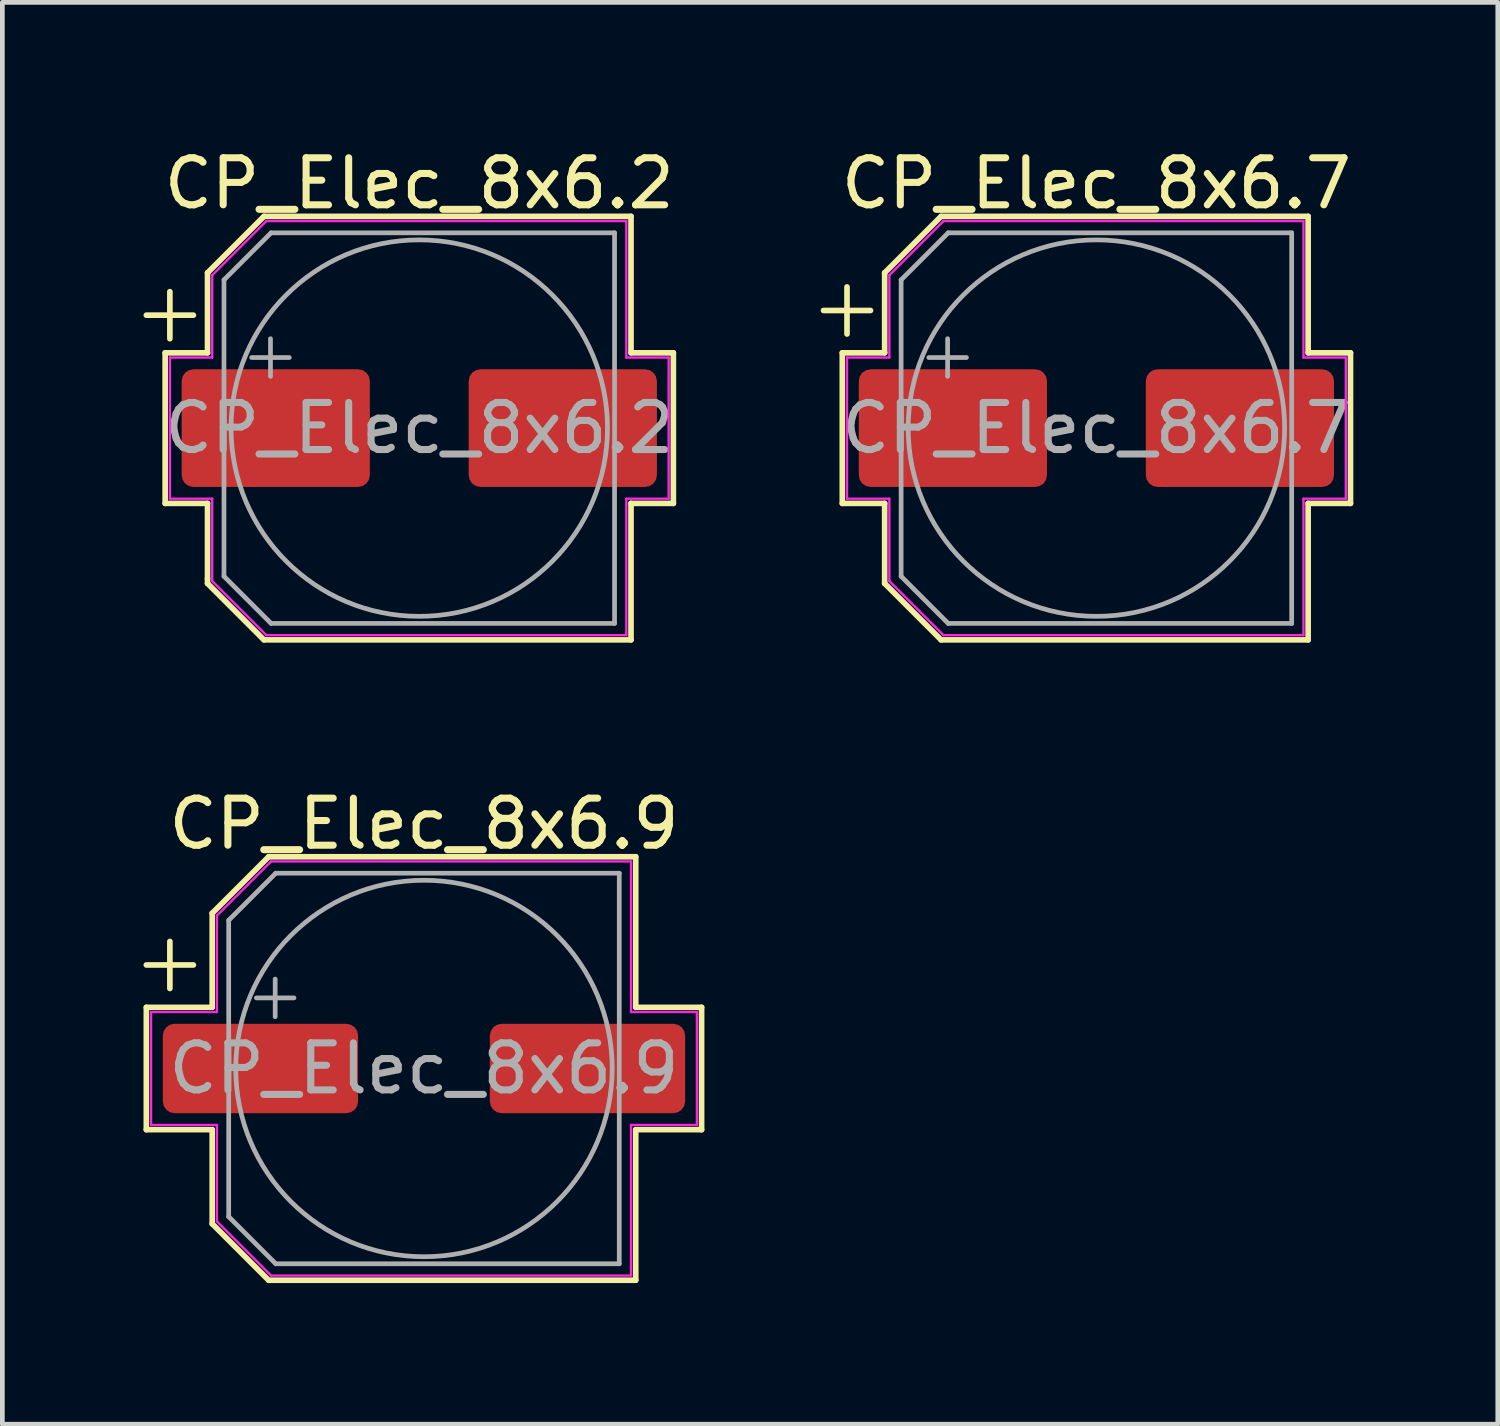
<source format=kicad_pcb>
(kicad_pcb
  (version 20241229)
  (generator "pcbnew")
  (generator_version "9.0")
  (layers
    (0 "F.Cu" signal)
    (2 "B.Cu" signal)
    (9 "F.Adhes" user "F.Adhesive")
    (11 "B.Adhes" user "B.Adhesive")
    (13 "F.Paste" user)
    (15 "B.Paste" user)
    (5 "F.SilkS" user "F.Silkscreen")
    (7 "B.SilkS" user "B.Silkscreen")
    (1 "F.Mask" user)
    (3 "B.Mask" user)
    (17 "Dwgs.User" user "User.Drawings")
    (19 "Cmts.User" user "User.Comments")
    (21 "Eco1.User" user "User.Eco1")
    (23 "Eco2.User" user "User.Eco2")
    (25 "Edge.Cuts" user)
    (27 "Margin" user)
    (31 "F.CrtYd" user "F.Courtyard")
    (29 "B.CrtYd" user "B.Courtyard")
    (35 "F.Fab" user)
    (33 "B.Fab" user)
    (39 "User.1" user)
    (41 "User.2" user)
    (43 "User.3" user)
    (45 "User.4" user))
  (footprint "CP_Elec_8x6.7"
    (layer "F.Cu")
    (at 20.25 6.048)
    (property "Reference" "CP_Elec_8x6.7" (at 0 -5.2 0) (layer "F.SilkS") (effects (font (size 1 1) (thickness 0.15))))
    (attr smd)
    (fp_line (start -5.8 -2.5) (end -4.8 -2.5) (stroke (width 0.12) (type solid)) (layer "F.SilkS"))
    (fp_line (start -5.4 -1.6) (end -5.4 1.6) (stroke (width 0.12) (type solid)) (layer "F.SilkS"))
    (fp_line (start -5.4 1.6) (end -4.5 1.6) (stroke (width 0.12) (type solid)) (layer "F.SilkS"))
    (fp_line (start -5.3 -3) (end -5.3 -2) (stroke (width 0.12) (type solid)) (layer "F.SilkS"))
    (fp_line (start -4.5 -3.3) (end -4.5 -1.6) (stroke (width 0.12) (type solid)) (layer "F.SilkS"))
    (fp_line (start -4.5 -1.6) (end -5.4 -1.6) (stroke (width 0.12) (type solid)) (layer "F.SilkS"))
    (fp_line (start -4.5 1.6) (end -4.5 3.3) (stroke (width 0.12) (type solid)) (layer "F.SilkS"))
    (fp_line (start -4.5 3.3) (end -3.3 4.5) (stroke (width 0.12) (type solid)) (layer "F.SilkS"))
    (fp_line (start -3.3 -4.5) (end -4.5 -3.3) (stroke (width 0.12) (type solid)) (layer "F.SilkS"))
    (fp_line (start -3.3 4.5) (end 4.5 4.5) (stroke (width 0.12) (type solid)) (layer "F.SilkS"))
    (fp_line (start 4.5 -4.5) (end -3.3 -4.5) (stroke (width 0.12) (type solid)) (layer "F.SilkS"))
    (fp_line (start 4.5 -1.6) (end 4.5 -4.5) (stroke (width 0.12) (type solid)) (layer "F.SilkS"))
    (fp_line (start 4.5 1.6) (end 5.4 1.6) (stroke (width 0.12) (type solid)) (layer "F.SilkS"))
    (fp_line (start 4.5 4.5) (end 4.5 1.6) (stroke (width 0.12) (type solid)) (layer "F.SilkS"))
    (fp_line (start 5.4 -1.6) (end 4.5 -1.6) (stroke (width 0.12) (type solid)) (layer "F.SilkS"))
    (fp_line (start 5.4 1.6) (end 5.4 -1.6) (stroke (width 0.12) (type solid)) (layer "F.SilkS"))
    (fp_line (start -5.3 -1.5) (end -5.3 1.5) (stroke (width 0.05) (type solid)) (layer "F.CrtYd"))
    (fp_line (start -5.3 1.5) (end -4.4 1.5) (stroke (width 0.05) (type solid)) (layer "F.CrtYd"))
    (fp_line (start -4.4 -3.25) (end -4.4 -1.5) (stroke (width 0.05) (type solid)) (layer "F.CrtYd"))
    (fp_line (start -4.4 -3.25) (end -3.25 -4.4) (stroke (width 0.05) (type solid)) (layer "F.CrtYd"))
    (fp_line (start -4.4 -1.5) (end -5.3 -1.5) (stroke (width 0.05) (type solid)) (layer "F.CrtYd"))
    (fp_line (start -4.4 1.5) (end -4.4 3.25) (stroke (width 0.05) (type solid)) (layer "F.CrtYd"))
    (fp_line (start -4.4 3.25) (end -3.25 4.4) (stroke (width 0.05) (type solid)) (layer "F.CrtYd"))
    (fp_line (start -3.25 -4.4) (end 4.4 -4.4) (stroke (width 0.05) (type solid)) (layer "F.CrtYd"))
    (fp_line (start -3.25 4.4) (end 4.4 4.4) (stroke (width 0.05) (type solid)) (layer "F.CrtYd"))
    (fp_line (start 4.4 -4.4) (end 4.4 -1.5) (stroke (width 0.05) (type solid)) (layer "F.CrtYd"))
    (fp_line (start 4.4 -1.5) (end 5.3 -1.5) (stroke (width 0.05) (type solid)) (layer "F.CrtYd"))
    (fp_line (start 4.4 1.5) (end 4.4 4.4) (stroke (width 0.05) (type solid)) (layer "F.CrtYd"))
    (fp_line (start 5.3 -1.5) (end 5.3 1.5) (stroke (width 0.05) (type solid)) (layer "F.CrtYd"))
    (fp_line (start 5.3 1.5) (end 4.4 1.5) (stroke (width 0.05) (type solid)) (layer "F.CrtYd"))
    (fp_line (start -4.15 -3.15) (end -4.15 3.15) (stroke (width 0.1) (type solid)) (layer "F.Fab"))
    (fp_line (start -4.15 -3.15) (end -3.15 -4.15) (stroke (width 0.1) (type solid)) (layer "F.Fab"))
    (fp_line (start -4.15 3.15) (end -3.15 4.15) (stroke (width 0.1) (type solid)) (layer "F.Fab"))
    (fp_line (start -3.562 -1.5) (end -2.762 -1.5) (stroke (width 0.1) (type solid)) (layer "F.Fab"))
    (fp_line (start -3.162 -1.9) (end -3.162 -1.1) (stroke (width 0.1) (type solid)) (layer "F.Fab"))
    (fp_line (start -3.15 -4.15) (end 4.15 -4.15) (stroke (width 0.1) (type solid)) (layer "F.Fab"))
    (fp_line (start -3.15 4.15) (end 4.15 4.15) (stroke (width 0.1) (type solid)) (layer "F.Fab"))
    (fp_line (start 4.15 -4.15) (end 4.15 4.15) (stroke (width 0.1) (type solid)) (layer "F.Fab"))
    (fp_circle (center 0 0) (end 4 0) (stroke (width 0.1) (type solid)) (fill no) (layer "F.Fab"))
    (fp_text user "${REFERENCE}" (at 0 0 0) (layer "F.Fab") (effects (font (size 1 1) (thickness 0.15))))
    (pad "1" smd roundrect (at -3.05 0) (size 4 2.5) (layers "F.Cu" "F.Mask" "F.Paste") (roundrect_rratio 0.1))
    (pad "2" smd roundrect (at 3.05 0) (size 4 2.5) (layers "F.Cu" "F.Mask" "F.Paste") (roundrect_rratio 0.1)))
  (footprint "CP_Elec_8x6.9"
    (layer "F.Cu")
    (at 5.96 19.657)
    (property "Reference" "CP_Elec_8x6.9" (at 0 -5.2 0) (layer "F.SilkS") (effects (font (size 1 1) (thickness 0.15))))
    (attr smd)
    (fp_line (start -5.9 -2.2) (end -4.9 -2.2) (stroke (width 0.12) (type solid)) (layer "F.SilkS"))
    (fp_line (start -5.9 -1.3) (end -5.9 1.3) (stroke (width 0.12) (type solid)) (layer "F.SilkS"))
    (fp_line (start -5.9 1.3) (end -4.5 1.3) (stroke (width 0.12) (type solid)) (layer "F.SilkS"))
    (fp_line (start -5.4 -2.7) (end -5.4 -1.7) (stroke (width 0.12) (type solid)) (layer "F.SilkS"))
    (fp_line (start -4.5 -3.3) (end -4.5 -1.3) (stroke (width 0.12) (type solid)) (layer "F.SilkS"))
    (fp_line (start -4.5 -1.3) (end -5.9 -1.3) (stroke (width 0.12) (type solid)) (layer "F.SilkS"))
    (fp_line (start -4.5 1.3) (end -4.5 3.3) (stroke (width 0.12) (type solid)) (layer "F.SilkS"))
    (fp_line (start -4.5 3.3) (end -3.3 4.5) (stroke (width 0.12) (type solid)) (layer "F.SilkS"))
    (fp_line (start -3.3 -4.5) (end -4.5 -3.3) (stroke (width 0.12) (type solid)) (layer "F.SilkS"))
    (fp_line (start -3.3 4.5) (end 4.5 4.5) (stroke (width 0.12) (type solid)) (layer "F.SilkS"))
    (fp_line (start 4.5 -4.5) (end -3.3 -4.5) (stroke (width 0.12) (type solid)) (layer "F.SilkS"))
    (fp_line (start 4.5 -1.3) (end 4.5 -4.5) (stroke (width 0.12) (type solid)) (layer "F.SilkS"))
    (fp_line (start 4.5 1.3) (end 5.9 1.3) (stroke (width 0.12) (type solid)) (layer "F.SilkS"))
    (fp_line (start 4.5 4.5) (end 4.5 1.3) (stroke (width 0.12) (type solid)) (layer "F.SilkS"))
    (fp_line (start 5.9 -1.3) (end 4.5 -1.3) (stroke (width 0.12) (type solid)) (layer "F.SilkS"))
    (fp_line (start 5.9 1.3) (end 5.9 -1.3) (stroke (width 0.12) (type solid)) (layer "F.SilkS"))
    (fp_line (start -5.8 -1.2) (end -5.8 1.2) (stroke (width 0.05) (type solid)) (layer "F.CrtYd"))
    (fp_line (start -5.8 1.2) (end -4.4 1.2) (stroke (width 0.05) (type solid)) (layer "F.CrtYd"))
    (fp_line (start -4.4 -3.25) (end -4.4 -1.2) (stroke (width 0.05) (type solid)) (layer "F.CrtYd"))
    (fp_line (start -4.4 -3.25) (end -3.25 -4.4) (stroke (width 0.05) (type solid)) (layer "F.CrtYd"))
    (fp_line (start -4.4 -1.2) (end -5.8 -1.2) (stroke (width 0.05) (type solid)) (layer "F.CrtYd"))
    (fp_line (start -4.4 1.2) (end -4.4 3.25) (stroke (width 0.05) (type solid)) (layer "F.CrtYd"))
    (fp_line (start -4.4 3.25) (end -3.25 4.4) (stroke (width 0.05) (type solid)) (layer "F.CrtYd"))
    (fp_line (start -3.25 -4.4) (end 4.4 -4.4) (stroke (width 0.05) (type solid)) (layer "F.CrtYd"))
    (fp_line (start -3.25 4.4) (end 4.4 4.4) (stroke (width 0.05) (type solid)) (layer "F.CrtYd"))
    (fp_line (start 4.4 -4.4) (end 4.4 -1.2) (stroke (width 0.05) (type solid)) (layer "F.CrtYd"))
    (fp_line (start 4.4 -1.2) (end 5.8 -1.2) (stroke (width 0.05) (type solid)) (layer "F.CrtYd"))
    (fp_line (start 4.4 1.2) (end 4.4 4.4) (stroke (width 0.05) (type solid)) (layer "F.CrtYd"))
    (fp_line (start 5.8 -1.2) (end 5.8 1.2) (stroke (width 0.05) (type solid)) (layer "F.CrtYd"))
    (fp_line (start 5.8 1.2) (end 4.4 1.2) (stroke (width 0.05) (type solid)) (layer "F.CrtYd"))
    (fp_line (start -4.15 -3.15) (end -4.15 3.15) (stroke (width 0.1) (type solid)) (layer "F.Fab"))
    (fp_line (start -4.15 -3.15) (end -3.15 -4.15) (stroke (width 0.1) (type solid)) (layer "F.Fab"))
    (fp_line (start -4.15 3.15) (end -3.15 4.15) (stroke (width 0.1) (type solid)) (layer "F.Fab"))
    (fp_line (start -3.562 -1.5) (end -2.762 -1.5) (stroke (width 0.1) (type solid)) (layer "F.Fab"))
    (fp_line (start -3.162 -1.9) (end -3.162 -1.1) (stroke (width 0.1) (type solid)) (layer "F.Fab"))
    (fp_line (start -3.15 -4.15) (end 4.15 -4.15) (stroke (width 0.1) (type solid)) (layer "F.Fab"))
    (fp_line (start -3.15 4.15) (end 4.15 4.15) (stroke (width 0.1) (type solid)) (layer "F.Fab"))
    (fp_line (start 4.15 -4.15) (end 4.15 4.15) (stroke (width 0.1) (type solid)) (layer "F.Fab"))
    (fp_circle (center 0 0) (end 4 0) (stroke (width 0.1) (type solid)) (fill no) (layer "F.Fab"))
    (fp_text user "${REFERENCE}" (at 0 0 0) (layer "F.Fab") (effects (font (size 1 1) (thickness 0.15))))
    (pad "1" smd roundrect (at -3.475 0) (size 4.15 1.9) (layers "F.Cu" "F.Mask" "F.Paste") (roundrect_rratio 0.132))
    (pad "2" smd roundrect (at 3.475 0) (size 4.15 1.9) (layers "F.Cu" "F.Mask" "F.Paste") (roundrect_rratio 0.132)))
  (footprint "CP_Elec_8x6.2"
    (layer "F.Cu")
    (at 5.86 6.048)
    (property "Reference" "CP_Elec_8x6.2" (at 0 -5.2 0) (layer "F.SilkS") (effects (font (size 1 1) (thickness 0.15))))
    (attr smd)
    (fp_line (start -5.8 -2.4) (end -4.8 -2.4) (stroke (width 0.12) (type solid)) (layer "F.SilkS"))
    (fp_line (start -5.4 -1.6) (end -5.4 1.6) (stroke (width 0.12) (type solid)) (layer "F.SilkS"))
    (fp_line (start -5.4 1.6) (end -4.5 1.6) (stroke (width 0.12) (type solid)) (layer "F.SilkS"))
    (fp_line (start -5.3 -2.9) (end -5.3 -1.9) (stroke (width 0.12) (type solid)) (layer "F.SilkS"))
    (fp_line (start -4.5 -3.3) (end -4.5 -1.6) (stroke (width 0.12) (type solid)) (layer "F.SilkS"))
    (fp_line (start -4.5 -1.6) (end -5.4 -1.6) (stroke (width 0.12) (type solid)) (layer "F.SilkS"))
    (fp_line (start -4.5 1.6) (end -4.5 3.2) (stroke (width 0.12) (type solid)) (layer "F.SilkS"))
    (fp_line (start -4.5 3.2) (end -4.5 3.3) (stroke (width 0.12) (type solid)) (layer "F.SilkS"))
    (fp_line (start -4.5 3.3) (end -3.3 4.5) (stroke (width 0.12) (type solid)) (layer "F.SilkS"))
    (fp_line (start -3.3 -4.5) (end -4.5 -3.3) (stroke (width 0.12) (type solid)) (layer "F.SilkS"))
    (fp_line (start -3.3 4.5) (end 4.5 4.5) (stroke (width 0.12) (type solid)) (layer "F.SilkS"))
    (fp_line (start 4.5 -4.5) (end -3.3 -4.5) (stroke (width 0.12) (type solid)) (layer "F.SilkS"))
    (fp_line (start 4.5 -1.6) (end 4.5 -4.5) (stroke (width 0.12) (type solid)) (layer "F.SilkS"))
    (fp_line (start 4.5 1.6) (end 5.4 1.6) (stroke (width 0.12) (type solid)) (layer "F.SilkS"))
    (fp_line (start 4.5 4.5) (end 4.5 1.6) (stroke (width 0.12) (type solid)) (layer "F.SilkS"))
    (fp_line (start 5.4 -1.6) (end 4.5 -1.6) (stroke (width 0.12) (type solid)) (layer "F.SilkS"))
    (fp_line (start 5.4 1.6) (end 5.4 -1.6) (stroke (width 0.12) (type solid)) (layer "F.SilkS"))
    (fp_line (start -5.3 -1.5) (end -5.3 1.5) (stroke (width 0.05) (type solid)) (layer "F.CrtYd"))
    (fp_line (start -5.3 1.5) (end -4.4 1.5) (stroke (width 0.05) (type solid)) (layer "F.CrtYd"))
    (fp_line (start -4.4 -3.25) (end -4.4 -1.5) (stroke (width 0.05) (type solid)) (layer "F.CrtYd"))
    (fp_line (start -4.4 -3.25) (end -3.25 -4.4) (stroke (width 0.05) (type solid)) (layer "F.CrtYd"))
    (fp_line (start -4.4 -1.5) (end -5.3 -1.5) (stroke (width 0.05) (type solid)) (layer "F.CrtYd"))
    (fp_line (start -4.4 1.5) (end -4.4 3.25) (stroke (width 0.05) (type solid)) (layer "F.CrtYd"))
    (fp_line (start -4.4 3.25) (end -3.25 4.4) (stroke (width 0.05) (type solid)) (layer "F.CrtYd"))
    (fp_line (start -3.25 -4.4) (end 4.4 -4.4) (stroke (width 0.05) (type solid)) (layer "F.CrtYd"))
    (fp_line (start -3.25 4.4) (end 4.4 4.4) (stroke (width 0.05) (type solid)) (layer "F.CrtYd"))
    (fp_line (start 4.4 -4.4) (end 4.4 -1.5) (stroke (width 0.05) (type solid)) (layer "F.CrtYd"))
    (fp_line (start 4.4 -1.5) (end 5.3 -1.5) (stroke (width 0.05) (type solid)) (layer "F.CrtYd"))
    (fp_line (start 4.4 1.5) (end 4.4 4.4) (stroke (width 0.05) (type solid)) (layer "F.CrtYd"))
    (fp_line (start 5.3 -1.5) (end 5.3 1.5) (stroke (width 0.05) (type solid)) (layer "F.CrtYd"))
    (fp_line (start 5.3 1.5) (end 4.4 1.5) (stroke (width 0.05) (type solid)) (layer "F.CrtYd"))
    (fp_line (start -4.15 -3.15) (end -4.15 3.15) (stroke (width 0.1) (type solid)) (layer "F.Fab"))
    (fp_line (start -4.15 -3.15) (end -3.15 -4.15) (stroke (width 0.1) (type solid)) (layer "F.Fab"))
    (fp_line (start -4.15 3.15) (end -3.15 4.15) (stroke (width 0.1) (type solid)) (layer "F.Fab"))
    (fp_line (start -3.562 -1.5) (end -2.762 -1.5) (stroke (width 0.1) (type solid)) (layer "F.Fab"))
    (fp_line (start -3.162 -1.9) (end -3.162 -1.1) (stroke (width 0.1) (type solid)) (layer "F.Fab"))
    (fp_line (start -3.15 -4.15) (end 4.15 -4.15) (stroke (width 0.1) (type solid)) (layer "F.Fab"))
    (fp_line (start -3.15 4.15) (end 4.15 4.15) (stroke (width 0.1) (type solid)) (layer "F.Fab"))
    (fp_line (start 4.15 -4.15) (end 4.15 4.15) (stroke (width 0.1) (type solid)) (layer "F.Fab"))
    (fp_circle (center 0 0) (end 4 0) (stroke (width 0.1) (type solid)) (fill no) (layer "F.Fab"))
    (fp_text user "${REFERENCE}" (at 0 0 0) (layer "F.Fab") (effects (font (size 1 1) (thickness 0.15))))
    (pad "1" smd roundrect (at -3.05 0) (size 4 2.5) (layers "F.Cu" "F.Mask" "F.Paste") (roundrect_rratio 0.1))
    (pad "2" smd roundrect (at 3.05 0) (size 4 2.5) (layers "F.Cu" "F.Mask" "F.Paste") (roundrect_rratio 0.1)))
  (gr_rect
    (start -3 -3)
    (end 28.78 27.216)
    (stroke (width 0.1) (type default))
    (fill no)
    (layer "Edge.Cuts")))
</source>
